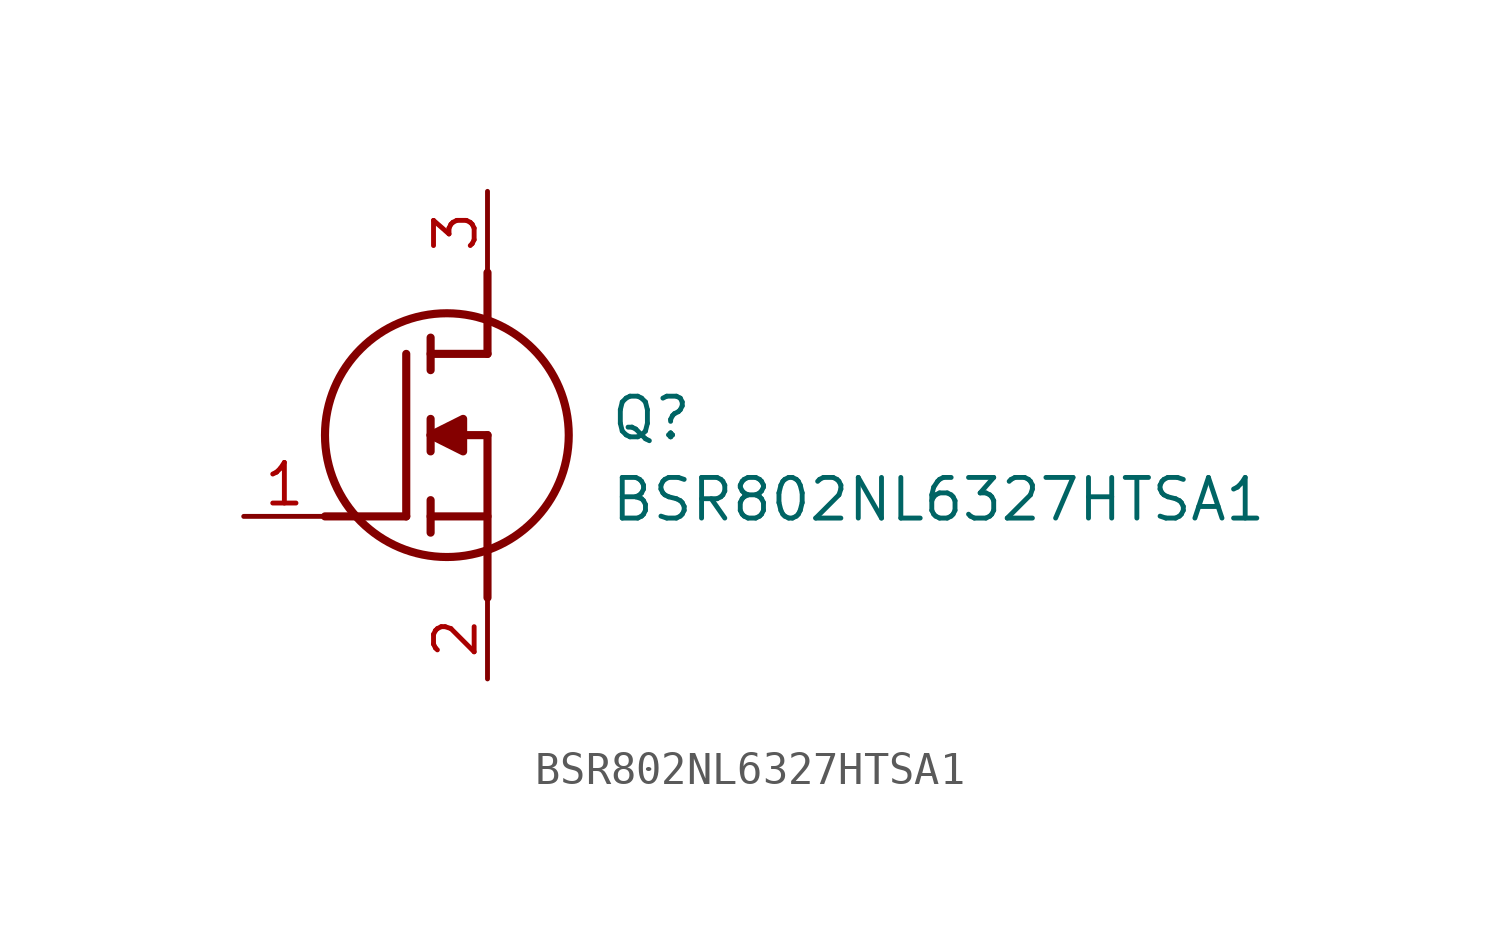
<source format=kicad_sym>
(kicad_symbol_lib
  (version 20211014)
  (generator SamacSys_ECAD_Model)
  (symbol "BSR802NL6327HTSA1"
    (pin_names hide)
    (property "Reference" "Q"
      (at 11.43 3.81 0)
      (effects (font (size 1.27 1.27)) (justify left top)))
    (property "Value" "BSR802NL6327HTSA1"
      (at 11.43 1.27 0)
      (effects (font (size 1.27 1.27)) (justify left top)))
    (polyline
      (pts (xy 7.62 2.54) (xy 7.62 -2.54))
      (stroke (width 0.254) (type default))
      (fill (type none)))
    (polyline
      (pts (xy 7.62 5.08) (xy 7.62 7.62))
      (stroke (width 0.254) (type default))
      (fill (type none)))
    (polyline
      (pts (xy 2.54 0) (xy 5.08 0))
      (stroke (width 0.254) (type default))
      (fill (type none)))
    (polyline
      (pts (xy 5.08 5.08) (xy 5.08 0))
      (stroke (width 0.254) (type default))
      (fill (type none)))
    (polyline
      (pts (xy 7.62 2.54) (xy 5.842 2.54))
      (stroke (width 0.254) (type default))
      (fill (type none)))
    (polyline
      (pts (xy 7.62 5.08) (xy 5.842 5.08))
      (stroke (width 0.254) (type default))
      (fill (type none)))
    (polyline
      (pts (xy 5.842 0) (xy 7.62 0))
      (stroke (width 0.254) (type default))
      (fill (type none)))
    (polyline
      (pts (xy 5.842 5.588) (xy 5.842 4.572))
      (stroke (width 0.254) (type default))
      (fill (type none)))
    (polyline
      (pts (xy 5.842 -0.508) (xy 5.842 0.508))
      (stroke (width 0.254) (type default))
      (fill (type none)))
    (polyline
      (pts (xy 5.842 2.032) (xy 5.842 3.048))
      (stroke (width 0.254) (type default))
      (fill (type none)))
    (circle
      (center 6.35 2.54)
      (radius 3.81)
      (stroke (width 0.254) (type default))
      (fill (type none)))
    (polyline
      (pts (xy 5.842 2.54) (xy 6.858 3.048) (xy 6.858 2.032) (xy 5.842 2.54))
      (stroke (width 0.254) (type default))
      (fill (type outline)))
    (pin passive line
      (at 0 0 0)
      (length 2.54)
      (name "G" (effects (font (size 1.27 1.27))))
      (number "1" (effects (font (size 1.27 1.27)))))
    (pin passive line
      (at 7.62 10.16 270)
      (length 2.54)
      (name "D" (effects (font (size 1.27 1.27))))
      (number "3" (effects (font (size 1.27 1.27)))))
    (pin passive line
      (at 7.62 -5.08 90)
      (length 2.54)
      (name "S" (effects (font (size 1.27 1.27))))
      (number "2" (effects (font (size 1.27 1.27)))))))
</source>
